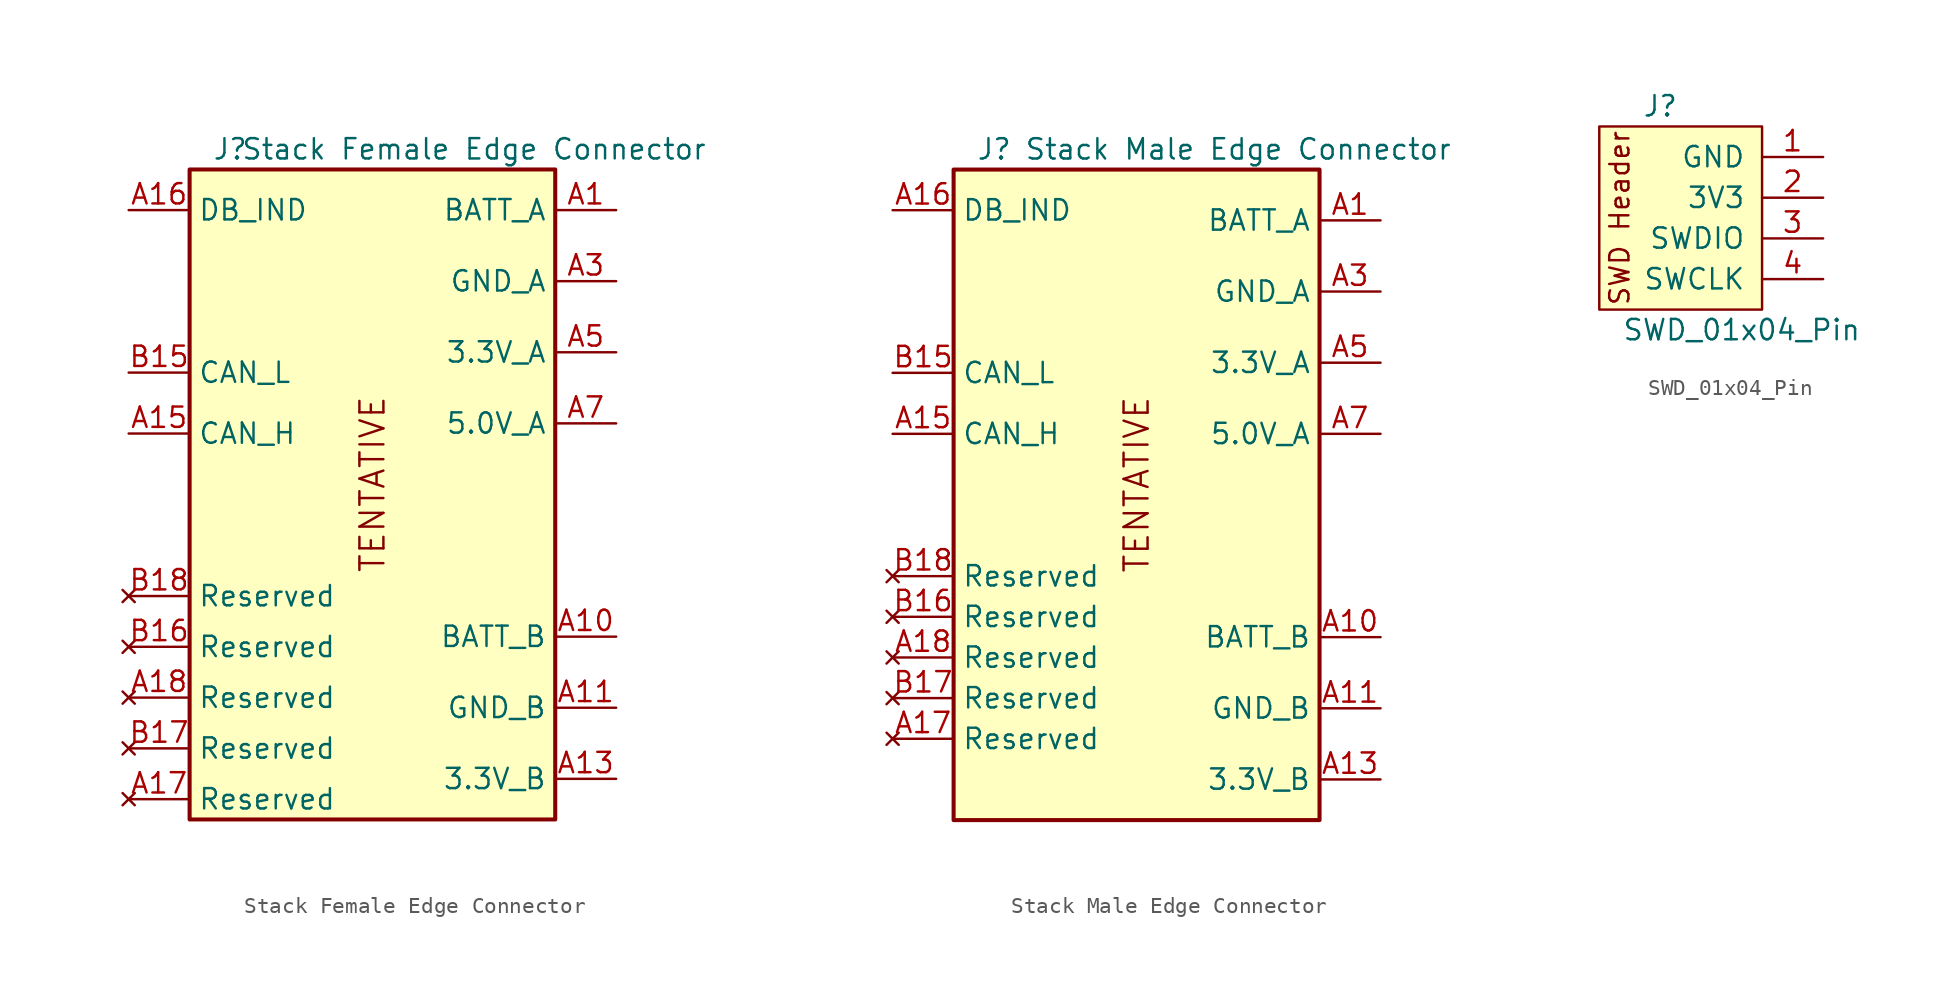
<source format=kicad_sym>
(kicad_symbol_lib
  (version 20220914)
  (generator kicad_symbol_editor)
  (symbol "Stack Female Edge Connector"
    (property "Reference" "J"
      (at -8.89 22.86 0)
      (effects (font (size 1.27 1.27))))
    (property "Value" "Stack Female Edge Connector"
      (at 6.35 22.86 0)
      (effects (font (size 1.27 1.27))))
    (symbol "Stack Female Edge Connector_0_1"
      (rectangle (start -11.43 21.59) (end 11.43 -19.05) (stroke (width 0.254) (type default)) (fill (type background))))
    (symbol "Stack Female Edge Connector_1_1"
      (text "TENTATIVE" (at 0 1.905 900) (effects (font (size 1.5 1.5))))
      (pin power_in line (at 15.24 19.05 180) (length 3.81) (name "BATT_A" (effects (font (size 1.27 1.27)))) (number "A1" (effects (font (size 1.27 1.27)))))
      (pin power_in line (at 15.24 -7.62 180) (length 3.81) (name "BATT_B" (effects (font (size 1.27 1.27)))) (number "A10" (effects (font (size 1.27 1.27)))))
      (pin power_in line (at 15.24 -12.065 180) (length 3.81) (name "GND_B" (effects (font (size 1.27 1.27)))) (number "A11" (effects (font (size 1.27 1.27)))))
      (pin passive line (at 15.24 -12.065 180) (length 3.81) hide (name "GND_B" (effects (font (size 1.27 1.27)))) (number "A12" (effects (font (size 1.27 1.27)))))
      (pin power_in line (at 15.24 -16.51 180) (length 3.81) (name "3.3V_B" (effects (font (size 1.27 1.27)))) (number "A13" (effects (font (size 1.27 1.27)))))
      (pin passive line (at 15.24 -12.065 180) (length 3.81) hide (name "GND_B" (effects (font (size 1.27 1.27)))) (number "A14" (effects (font (size 1.27 1.27)))))
      (pin bidirectional line (at -15.24 5.08 0) (length 3.81) (name "CAN_H" (effects (font (size 1.27 1.27)))) (number "A15" (effects (font (size 1.27 1.27)))))
      (pin output line (at -15.24 19.05 0) (length 3.81) (name "DB_IND" (effects (font (size 1.27 1.27)))) (number "A16" (effects (font (size 1.27 1.27)))))
      (pin no_connect line (at -15.24 -17.78 0) (length 3.81) (name "Reserved" (effects (font (size 1.27 1.27)))) (number "A17" (effects (font (size 1.27 1.27)))))
      (pin no_connect line (at -15.24 -11.43 0) (length 3.81) (name "Reserved" (effects (font (size 1.27 1.27)))) (number "A18" (effects (font (size 1.27 1.27)))))
      (pin passive line (at 15.24 19.05 180) (length 3.81) hide (name "BATT_A" (effects (font (size 1.27 1.27)))) (number "A2" (effects (font (size 1.27 1.27)))))
      (pin power_in line (at 15.24 14.605 180) (length 3.81) (name "GND_A" (effects (font (size 1.27 1.27)))) (number "A3" (effects (font (size 1.27 1.27)))))
      (pin passive line (at 15.24 14.605 180) (length 3.81) hide (name "GND_A" (effects (font (size 1.27 1.27)))) (number "A4" (effects (font (size 1.27 1.27)))))
      (pin power_in line (at 15.24 10.16 180) (length 3.81) (name "3.3V_A" (effects (font (size 1.27 1.27)))) (number "A5" (effects (font (size 1.27 1.27)))))
      (pin passive line (at 15.24 14.605 180) (length 3.81) hide (name "GND_A" (effects (font (size 1.27 1.27)))) (number "A6" (effects (font (size 1.27 1.27)))))
      (pin power_in line (at 15.24 5.715 180) (length 3.81) (name "5.0V_A" (effects (font (size 1.27 1.27)))) (number "A7" (effects (font (size 1.27 1.27)))))
      (pin passive line (at 15.24 14.605 180) (length 3.81) hide (name "GND_A" (effects (font (size 1.27 1.27)))) (number "A8" (effects (font (size 1.27 1.27)))))
      (pin passive line (at 15.24 -7.62 180) (length 3.81) hide (name "BATT_B" (effects (font (size 1.27 1.27)))) (number "A9" (effects (font (size 1.27 1.27)))))
      (pin passive line (at 15.24 19.05 180) (length 3.81) hide (name "BATT_A" (effects (font (size 1.27 1.27)))) (number "B1" (effects (font (size 1.27 1.27)))))
      (pin passive line (at 15.24 -7.62 180) (length 3.81) hide (name "BATT_B" (effects (font (size 1.27 1.27)))) (number "B10" (effects (font (size 1.27 1.27)))))
      (pin passive line (at 15.24 -12.065 180) (length 3.81) hide (name "GND_B" (effects (font (size 1.27 1.27)))) (number "B11" (effects (font (size 1.27 1.27)))))
      (pin passive line (at 15.24 -12.065 180) (length 3.81) hide (name "GND_B" (effects (font (size 1.27 1.27)))) (number "B12" (effects (font (size 1.27 1.27)))))
      (pin passive line (at 15.24 -16.51 180) (length 3.81) hide (name "3.3V_B" (effects (font (size 1.27 1.27)))) (number "B13" (effects (font (size 1.27 1.27)))))
      (pin passive line (at 15.24 -12.065 180) (length 3.81) hide (name "GND_B" (effects (font (size 1.27 1.27)))) (number "B14" (effects (font (size 1.27 1.27)))))
      (pin bidirectional line (at -15.24 8.89 0) (length 3.81) (name "CAN_L" (effects (font (size 1.27 1.27)))) (number "B15" (effects (font (size 1.27 1.27)))))
      (pin no_connect line (at -15.24 -8.255 0) (length 3.81) (name "Reserved" (effects (font (size 1.27 1.27)))) (number "B16" (effects (font (size 1.27 1.27)))))
      (pin no_connect line (at -15.24 -14.605 0) (length 3.81) (name "Reserved" (effects (font (size 1.27 1.27)))) (number "B17" (effects (font (size 1.27 1.27)))))
      (pin no_connect line (at -15.24 -5.08 0) (length 3.81) (name "Reserved" (effects (font (size 1.27 1.27)))) (number "B18" (effects (font (size 1.27 1.27)))))
      (pin passive line (at 15.24 19.05 180) (length 3.81) hide (name "BATT_A" (effects (font (size 1.27 1.27)))) (number "B2" (effects (font (size 1.27 1.27)))))
      (pin passive line (at 15.24 14.605 180) (length 3.81) hide (name "GND_A" (effects (font (size 1.27 1.27)))) (number "B3" (effects (font (size 1.27 1.27)))))
      (pin passive line (at 15.24 14.605 180) (length 3.81) hide (name "GND_A" (effects (font (size 1.27 1.27)))) (number "B4" (effects (font (size 1.27 1.27)))))
      (pin passive line (at 15.24 10.16 180) (length 3.81) hide (name "3.3V_A" (effects (font (size 1.27 1.27)))) (number "B5" (effects (font (size 1.27 1.27)))))
      (pin passive line (at 15.24 14.605 180) (length 3.81) hide (name "GND_A" (effects (font (size 1.27 1.27)))) (number "B6" (effects (font (size 1.27 1.27)))))
      (pin passive line (at 15.24 5.715 180) (length 3.81) hide (name "5.0V_A" (effects (font (size 1.27 1.27)))) (number "B7" (effects (font (size 1.27 1.27)))))
      (pin passive line (at 15.24 14.605 180) (length 3.81) hide (name "GND_A" (effects (font (size 1.27 1.27)))) (number "B8" (effects (font (size 1.27 1.27)))))
      (pin passive line (at 15.24 -7.62 180) (length 3.81) hide (name "BATT_B" (effects (font (size 1.27 1.27)))) (number "B9" (effects (font (size 1.27 1.27)))))))
  (symbol "Stack Male Edge Connector"
    (property "Reference" "J"
      (at -8.89 21.59 0)
      (effects (font (size 1.27 1.27))))
    (property "Value" "Stack Male Edge Connector"
      (at 6.35 21.59 0)
      (effects (font (size 1.27 1.27))))
    (symbol "Stack Male Edge Connector_0_1"
      (rectangle (start -11.43 20.32) (end 11.43 -20.32) (stroke (width 0.254) (type default)) (fill (type background))))
    (symbol "Stack Male Edge Connector_1_1"
      (text "TENTATIVE" (at 0 0.635 900) (effects (font (size 1.5 1.5))))
      (pin power_in line (at 15.24 17.145 180) (length 3.81) (name "BATT_A" (effects (font (size 1.27 1.27)))) (number "A1" (effects (font (size 1.27 1.27)))))
      (pin power_in line (at 15.24 -8.89 180) (length 3.81) (name "BATT_B" (effects (font (size 1.27 1.27)))) (number "A10" (effects (font (size 1.27 1.27)))))
      (pin power_in line (at 15.24 -13.335 180) (length 3.81) (name "GND_B" (effects (font (size 1.27 1.27)))) (number "A11" (effects (font (size 1.27 1.27)))))
      (pin passive line (at 15.24 -13.335 180) (length 3.81) hide (name "GND_B" (effects (font (size 1.27 1.27)))) (number "A12" (effects (font (size 1.27 1.27)))))
      (pin power_in line (at 15.24 -17.78 180) (length 3.81) (name "3.3V_B" (effects (font (size 1.27 1.27)))) (number "A13" (effects (font (size 1.27 1.27)))))
      (pin passive line (at 15.24 -13.335 180) (length 3.81) hide (name "GND_B" (effects (font (size 1.27 1.27)))) (number "A14" (effects (font (size 1.27 1.27)))))
      (pin bidirectional line (at -15.24 3.81 0) (length 3.81) (name "CAN_H" (effects (font (size 1.27 1.27)))) (number "A15" (effects (font (size 1.27 1.27)))))
      (pin output line (at -15.24 17.78 0) (length 3.81) (name "DB_IND" (effects (font (size 1.27 1.27)))) (number "A16" (effects (font (size 1.27 1.27)))))
      (pin no_connect line (at -15.24 -15.24 0) (length 3.81) (name "Reserved" (effects (font (size 1.27 1.27)))) (number "A17" (effects (font (size 1.27 1.27)))))
      (pin no_connect line (at -15.24 -10.16 0) (length 3.81) (name "Reserved" (effects (font (size 1.27 1.27)))) (number "A18" (effects (font (size 1.27 1.27)))))
      (pin passive line (at 15.24 17.145 180) (length 3.81) hide (name "BATT_A" (effects (font (size 1.27 1.27)))) (number "A2" (effects (font (size 1.27 1.27)))))
      (pin power_in line (at 15.24 12.7 180) (length 3.81) (name "GND_A" (effects (font (size 1.27 1.27)))) (number "A3" (effects (font (size 1.27 1.27)))))
      (pin passive line (at 15.24 12.7 180) (length 3.81) hide (name "GND_A" (effects (font (size 1.27 1.27)))) (number "A4" (effects (font (size 1.27 1.27)))))
      (pin power_in line (at 15.24 8.255 180) (length 3.81) (name "3.3V_A" (effects (font (size 1.27 1.27)))) (number "A5" (effects (font (size 1.27 1.27)))))
      (pin passive line (at 15.24 12.7 180) (length 3.81) hide (name "GND_A" (effects (font (size 1.27 1.27)))) (number "A6" (effects (font (size 1.27 1.27)))))
      (pin power_in line (at 15.24 3.81 180) (length 3.81) (name "5.0V_A" (effects (font (size 1.27 1.27)))) (number "A7" (effects (font (size 1.27 1.27)))))
      (pin passive line (at 15.24 12.7 180) (length 3.81) hide (name "GND_A" (effects (font (size 1.27 1.27)))) (number "A8" (effects (font (size 1.27 1.27)))))
      (pin passive line (at 15.24 -8.89 180) (length 3.81) hide (name "BATT_B" (effects (font (size 1.27 1.27)))) (number "A9" (effects (font (size 1.27 1.27)))))
      (pin passive line (at 15.24 17.145 180) (length 3.81) hide (name "BATT_A" (effects (font (size 1.27 1.27)))) (number "B1" (effects (font (size 1.27 1.27)))))
      (pin passive line (at 15.24 -8.89 180) (length 3.81) hide (name "BATT_B" (effects (font (size 1.27 1.27)))) (number "B10" (effects (font (size 1.27 1.27)))))
      (pin passive line (at 15.24 -13.335 180) (length 3.81) hide (name "GND_B" (effects (font (size 1.27 1.27)))) (number "B11" (effects (font (size 1.27 1.27)))))
      (pin passive line (at 15.24 -13.335 180) (length 3.81) hide (name "GND_B" (effects (font (size 1.27 1.27)))) (number "B12" (effects (font (size 1.27 1.27)))))
      (pin passive line (at 15.24 -17.78 180) (length 3.81) hide (name "3.3V_B" (effects (font (size 1.27 1.27)))) (number "B13" (effects (font (size 1.27 1.27)))))
      (pin passive line (at 15.24 -13.335 180) (length 3.81) hide (name "GND_B" (effects (font (size 1.27 1.27)))) (number "B14" (effects (font (size 1.27 1.27)))))
      (pin bidirectional line (at -15.24 7.62 0) (length 3.81) (name "CAN_L" (effects (font (size 1.27 1.27)))) (number "B15" (effects (font (size 1.27 1.27)))))
      (pin no_connect line (at -15.24 -7.62 0) (length 3.81) (name "Reserved" (effects (font (size 1.27 1.27)))) (number "B16" (effects (font (size 1.27 1.27)))))
      (pin no_connect line (at -15.24 -12.7 0) (length 3.81) (name "Reserved" (effects (font (size 1.27 1.27)))) (number "B17" (effects (font (size 1.27 1.27)))))
      (pin no_connect line (at -15.24 -5.08 0) (length 3.81) (name "Reserved" (effects (font (size 1.27 1.27)))) (number "B18" (effects (font (size 1.27 1.27)))))
      (pin passive line (at 15.24 17.145 180) (length 3.81) hide (name "BATT_A" (effects (font (size 1.27 1.27)))) (number "B2" (effects (font (size 1.27 1.27)))))
      (pin passive line (at 15.24 12.7 180) (length 3.81) hide (name "GND_A" (effects (font (size 1.27 1.27)))) (number "B3" (effects (font (size 1.27 1.27)))))
      (pin passive line (at 15.24 12.7 180) (length 3.81) hide (name "GND_A" (effects (font (size 1.27 1.27)))) (number "B4" (effects (font (size 1.27 1.27)))))
      (pin passive line (at 15.24 8.255 180) (length 3.81) hide (name "3.3V_A" (effects (font (size 1.27 1.27)))) (number "B5" (effects (font (size 1.27 1.27)))))
      (pin passive line (at 15.24 12.7 180) (length 3.81) hide (name "GND_A" (effects (font (size 1.27 1.27)))) (number "B6" (effects (font (size 1.27 1.27)))))
      (pin passive line (at 15.24 3.81 180) (length 3.81) hide (name "5.0V_A" (effects (font (size 1.27 1.27)))) (number "B7" (effects (font (size 1.27 1.27)))))
      (pin passive line (at 15.24 12.7 180) (length 3.81) hide (name "GND_A" (effects (font (size 1.27 1.27)))) (number "B8" (effects (font (size 1.27 1.27)))))
      (pin passive line (at 15.24 -8.89 180) (length 3.81) hide (name "BATT_B" (effects (font (size 1.27 1.27)))) (number "B9" (effects (font (size 1.27 1.27)))))))
  (symbol "SWD_01x04_Pin"
    (pin_names
      (offset 1.016))
    (property "Reference" "J"
      (at -5.08 5.715 0)
      (effects (font (size 1.27 1.27))))
    (property "Value" "SWD_01x04_Pin"
      (at 0 -8.255 0)
      (effects (font (size 1.27 1.27))))
    (symbol "SWD_01x04_Pin_1_1"
      (rectangle (start -8.89 4.445) (end 1.27 -6.985) (stroke (width 0) (type default)) (fill (type background)))
      (text "SWD Header" (at -7.62 -1.27 900) (effects (font (size 1.2 1.2))))
      (pin power_in line (at 5.08 2.54 180) (length 3.81) (name "GND" (effects (font (size 1.27 1.27)))) (number "1" (effects (font (size 1.27 1.27)))))
      (pin power_in line (at 5.08 0 180) (length 3.81) (name "3V3" (effects (font (size 1.27 1.27)))) (number "2" (effects (font (size 1.27 1.27)))))
      (pin bidirectional line (at 5.08 -2.54 180) (length 3.81) (name "SWDIO" (effects (font (size 1.27 1.27)))) (number "3" (effects (font (size 1.27 1.27)))))
      (pin input line (at 5.08 -5.08 180) (length 3.81) (name "SWCLK" (effects (font (size 1.27 1.27)))) (number "4" (effects (font (size 1.27 1.27))))))))
</source>
